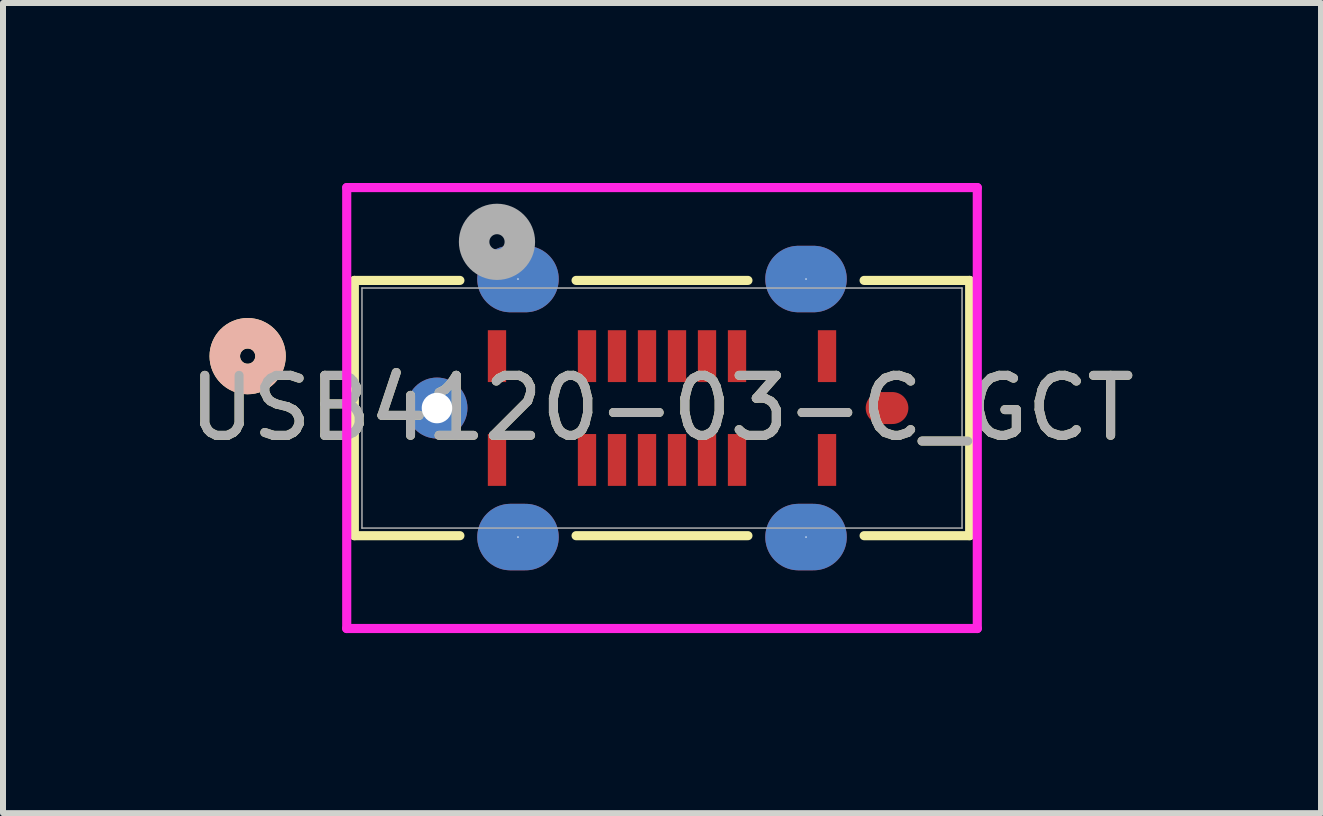
<source format=kicad_pcb>
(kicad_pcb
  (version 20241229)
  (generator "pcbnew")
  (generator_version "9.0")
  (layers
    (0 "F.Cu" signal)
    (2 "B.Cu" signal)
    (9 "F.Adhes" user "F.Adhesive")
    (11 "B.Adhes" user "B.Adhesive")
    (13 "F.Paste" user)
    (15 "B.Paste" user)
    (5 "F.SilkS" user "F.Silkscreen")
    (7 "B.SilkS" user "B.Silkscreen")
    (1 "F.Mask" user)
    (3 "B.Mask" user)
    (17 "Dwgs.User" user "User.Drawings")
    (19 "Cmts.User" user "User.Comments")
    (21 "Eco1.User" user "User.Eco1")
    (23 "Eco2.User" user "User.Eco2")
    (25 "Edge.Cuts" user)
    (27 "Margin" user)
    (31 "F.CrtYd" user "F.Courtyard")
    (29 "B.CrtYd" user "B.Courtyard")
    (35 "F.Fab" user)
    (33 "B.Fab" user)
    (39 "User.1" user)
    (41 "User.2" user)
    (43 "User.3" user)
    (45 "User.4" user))
  (footprint "USB4120-03-C_GCT"
    (layer "F.Cu")
    (at 5.232 2.885)
    (property "Reference" "USB4120-03-C_GCT" (at 2.75 0.865 0) (unlocked yes) (layer "F.SilkS") (effects (font (size 1 1) (thickness 0.15))))
    (attr smd)
    (fp_line (start -2.377 -1.262) (end -2.377 2.992) (stroke (width 0.152) (type solid)) (layer "F.SilkS"))
    (fp_line (start -2.377 2.992) (end -0.618 2.992) (stroke (width 0.152) (type solid)) (layer "F.SilkS"))
    (fp_line (start -0.618 -1.262) (end -2.377 -1.262) (stroke (width 0.152) (type solid)) (layer "F.SilkS"))
    (fp_line (start 1.318 2.992) (end 4.182 2.992) (stroke (width 0.152) (type solid)) (layer "F.SilkS"))
    (fp_line (start 4.182 -1.262) (end 1.318 -1.262) (stroke (width 0.152) (type solid)) (layer "F.SilkS"))
    (fp_line (start 6.118 2.992) (end 7.877 2.992) (stroke (width 0.152) (type solid)) (layer "F.SilkS"))
    (fp_line (start 7.877 -1.262) (end 6.118 -1.262) (stroke (width 0.152) (type solid)) (layer "F.SilkS"))
    (fp_line (start 7.877 2.992) (end 7.877 -1.262) (stroke (width 0.152) (type solid)) (layer "F.SilkS"))
    (fp_circle (center -4.155 0) (end -3.774 0) (stroke (width 0.508) (type solid)) (fill no) (layer "F.SilkS"))
    (fp_circle (center -4.155 0) (end -3.774 0) (stroke (width 0.508) (type solid)) (fill no) (layer "B.SilkS"))
    (fp_line (start -2.504 -2.809) (end -2.504 4.539) (stroke (width 0.152) (type solid)) (layer "F.CrtYd"))
    (fp_line (start -2.504 4.539) (end 8.004 4.539) (stroke (width 0.152) (type solid)) (layer "F.CrtYd"))
    (fp_line (start 8.004 -2.809) (end -2.504 -2.809) (stroke (width 0.152) (type solid)) (layer "F.CrtYd"))
    (fp_line (start 8.004 4.539) (end 8.004 -2.809) (stroke (width 0.152) (type solid)) (layer "F.CrtYd"))
    (fp_line (start -2.25 -1.135) (end -2.25 2.865) (stroke (width 0.025) (type solid)) (layer "F.Fab"))
    (fp_line (start -2.25 2.865) (end 7.75 2.865) (stroke (width 0.025) (type solid)) (layer "F.Fab"))
    (fp_line (start 7.75 -1.135) (end -2.25 -1.135) (stroke (width 0.025) (type solid)) (layer "F.Fab"))
    (fp_line (start 7.75 2.865) (end 7.75 -1.135) (stroke (width 0.025) (type solid)) (layer "F.Fab"))
    (fp_circle (center 0 -1.905) (end 0.381 -1.905) (stroke (width 0.508) (type solid)) (fill no) (layer "F.Fab"))
    (fp_text user "${REFERENCE}" (at 2.75 0.865 0) (unlocked yes) (layer "F.Fab") (effects (font (size 1 1) (thickness 0.15))))
    (pad "25" thru_hole circle (at -1 0.865) (size 1.016 1.016) (drill 0.508) (layers "*.Cu" "*.Mask"))
    (pad "26" smd oval (at 6.5 0.865) (size 0.711 0.533) (layers "F.Cu" "F.Mask" "F.Paste"))
    (pad "27" thru_hole oval (at 0.35 -1.285) (size 1.358 1.108) (drill 0.025) (layers "*.Cu" "*.Mask"))
    (pad "28" thru_hole oval (at 5.15 -1.285) (size 1.358 1.108) (drill 0.025) (layers "*.Cu" "*.Mask"))
    (pad "29" thru_hole oval (at 0.35 3.015) (size 1.358 1.108) (drill 0.025) (layers "*.Cu" "*.Mask"))
    (pad "30" thru_hole oval (at 5.15 3.015) (size 1.358 1.108) (drill 0.025) (layers "*.Cu" "*.Mask"))
    (pad "A1" smd rect (at 0 0) (size 0.305 0.864) (layers "F.Cu" "F.Mask" "F.Paste"))
    (pad "A4" smd rect (at 1.5 0) (size 0.305 0.864) (layers "F.Cu" "F.Mask" "F.Paste"))
    (pad "A5" smd rect (at 2 0) (size 0.305 0.864) (layers "F.Cu" "F.Mask" "F.Paste"))
    (pad "A6" smd rect (at 2.5 0) (size 0.305 0.864) (layers "F.Cu" "F.Mask" "F.Paste"))
    (pad "A7" smd rect (at 3 0) (size 0.305 0.864) (layers "F.Cu" "F.Mask" "F.Paste"))
    (pad "A8" smd rect (at 3.5 0) (size 0.305 0.864) (layers "F.Cu" "F.Mask" "F.Paste"))
    (pad "A9" smd rect (at 4 0) (size 0.305 0.864) (layers "F.Cu" "F.Mask" "F.Paste"))
    (pad "A12" smd rect (at 5.5 0) (size 0.305 0.864) (layers "F.Cu" "F.Mask" "F.Paste"))
    (pad "B1" smd rect (at 5.5 1.73) (size 0.305 0.864) (layers "F.Cu" "F.Mask" "F.Paste"))
    (pad "B4" smd rect (at 4 1.73) (size 0.305 0.864) (layers "F.Cu" "F.Mask" "F.Paste"))
    (pad "B5" smd rect (at 3.5 1.73) (size 0.305 0.864) (layers "F.Cu" "F.Mask" "F.Paste"))
    (pad "B6" smd rect (at 3 1.73) (size 0.305 0.864) (layers "F.Cu" "F.Mask" "F.Paste"))
    (pad "B7" smd rect (at 2.5 1.73) (size 0.305 0.864) (layers "F.Cu" "F.Mask" "F.Paste"))
    (pad "B8" smd rect (at 2 1.73) (size 0.305 0.864) (layers "F.Cu" "F.Mask" "F.Paste"))
    (pad "B9" smd rect (at 1.5 1.73) (size 0.305 0.864) (layers "F.Cu" "F.Mask" "F.Paste"))
    (pad "B12" smd rect (at 0 1.73) (size 0.305 0.864) (layers "F.Cu" "F.Mask" "F.Paste")))
  (gr_rect
    (start -3 -3)
    (end 18.964 10.5)
    (stroke (width 0.1) (type default))
    (fill no)
    (layer "Edge.Cuts")))
</source>
